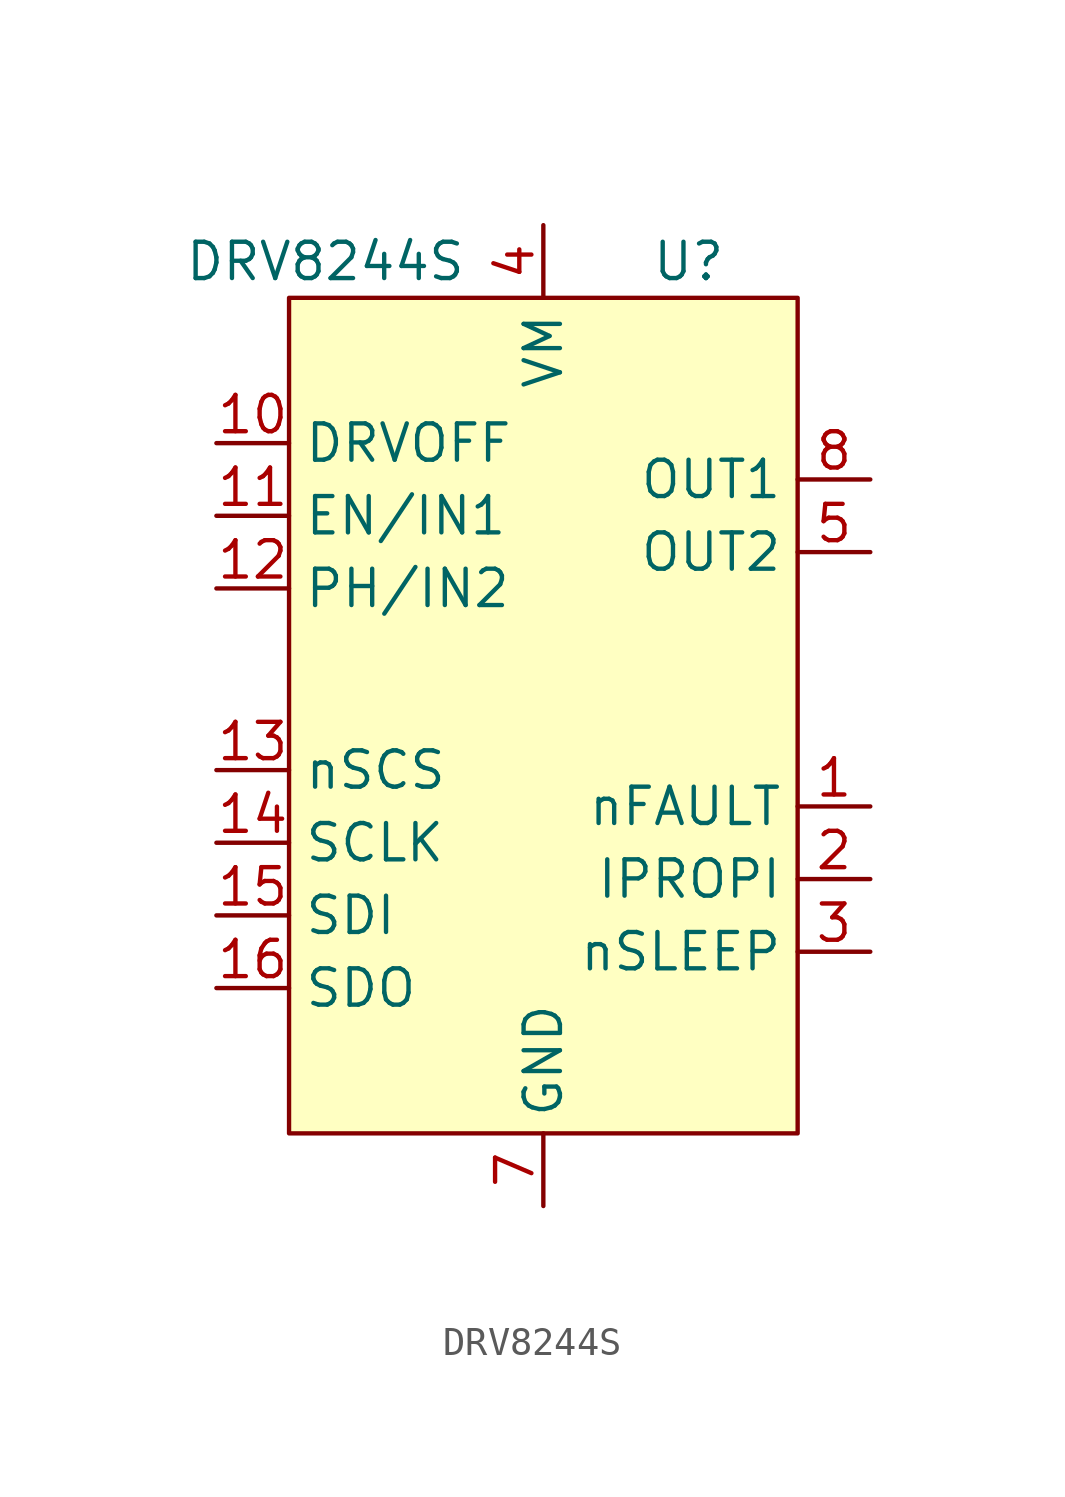
<source format=kicad_sym>
(kicad_symbol_lib
  (version 20220914)
  (generator kicad_symbol_editor)
  (symbol "DRV8244S"
    (property "Reference" "U"
      (at 5.08 33.02 0)
      (effects (font (size 1.27 1.27))))
    (property "Value" "DRV8244S"
      (at -7.62 33.02 0)
      (effects (font (size 1.27 1.27))))
    (symbol "DRV8244S_1_1"
      (rectangle (start -8.89 31.75) (end 8.89 2.54) (stroke (width 0) (type default)) (fill (type background)))
      (pin output line (at 11.43 13.97 180) (length 2.54) (name "nFAULT" (effects (font (size 1.27 1.27)))) (number "1" (effects (font (size 1.27 1.27)))))
      (pin input line (at -11.43 26.67 0) (length 2.54) (name "DRVOFF" (effects (font (size 1.27 1.27)))) (number "10" (effects (font (size 1.27 1.27)))))
      (pin input line (at -11.43 24.13 0) (length 2.54) (name "EN/IN1" (effects (font (size 1.27 1.27)))) (number "11" (effects (font (size 1.27 1.27)))))
      (pin input line (at -11.43 21.59 0) (length 2.54) (name "PH/IN2" (effects (font (size 1.27 1.27)))) (number "12" (effects (font (size 1.27 1.27)))))
      (pin input line (at -11.43 15.24 0) (length 2.54) (name "nSCS" (effects (font (size 1.27 1.27)))) (number "13" (effects (font (size 1.27 1.27)))))
      (pin input line (at -11.43 12.7 0) (length 2.54) (name "SCLK" (effects (font (size 1.27 1.27)))) (number "14" (effects (font (size 1.27 1.27)))))
      (pin input line (at -11.43 10.16 0) (length 2.54) (name "SDI" (effects (font (size 1.27 1.27)))) (number "15" (effects (font (size 1.27 1.27)))))
      (pin output line (at -11.43 7.62 0) (length 2.54) (name "SDO" (effects (font (size 1.27 1.27)))) (number "16" (effects (font (size 1.27 1.27)))))
      (pin bidirectional line (at 11.43 11.43 180) (length 2.54) (name "IPROPI" (effects (font (size 1.27 1.27)))) (number "2" (effects (font (size 1.27 1.27)))))
      (pin input line (at 11.43 8.89 180) (length 2.54) (name "nSLEEP" (effects (font (size 1.27 1.27)))) (number "3" (effects (font (size 1.27 1.27)))))
      (pin power_in line (at 0 34.29 270) (length 2.54) (name "VM" (effects (font (size 1.27 1.27)))) (number "4" (effects (font (size 1.27 1.27)))))
      (pin power_out line (at 11.43 22.86 180) (length 2.54) (name "OUT2" (effects (font (size 1.27 1.27)))) (number "5" (effects (font (size 1.27 1.27)))))
      (pin power_out line (at 11.43 22.86 180) (length 2.54) hide (name "OUT2" (effects (font (size 1.27 1.27)))) (number "6" (effects (font (size 1.27 1.27)))))
      (pin power_in line (at 0 0 90) (length 2.54) (name "GND" (effects (font (size 1.27 1.27)))) (number "7" (effects (font (size 1.27 1.27)))))
      (pin power_out line (at 11.43 25.4 180) (length 2.54) (name "OUT1" (effects (font (size 1.27 1.27)))) (number "8" (effects (font (size 1.27 1.27)))))
      (pin power_out line (at 11.43 25.4 180) (length 2.54) hide (name "OUT1" (effects (font (size 1.27 1.27)))) (number "9" (effects (font (size 1.27 1.27))))))))
</source>
